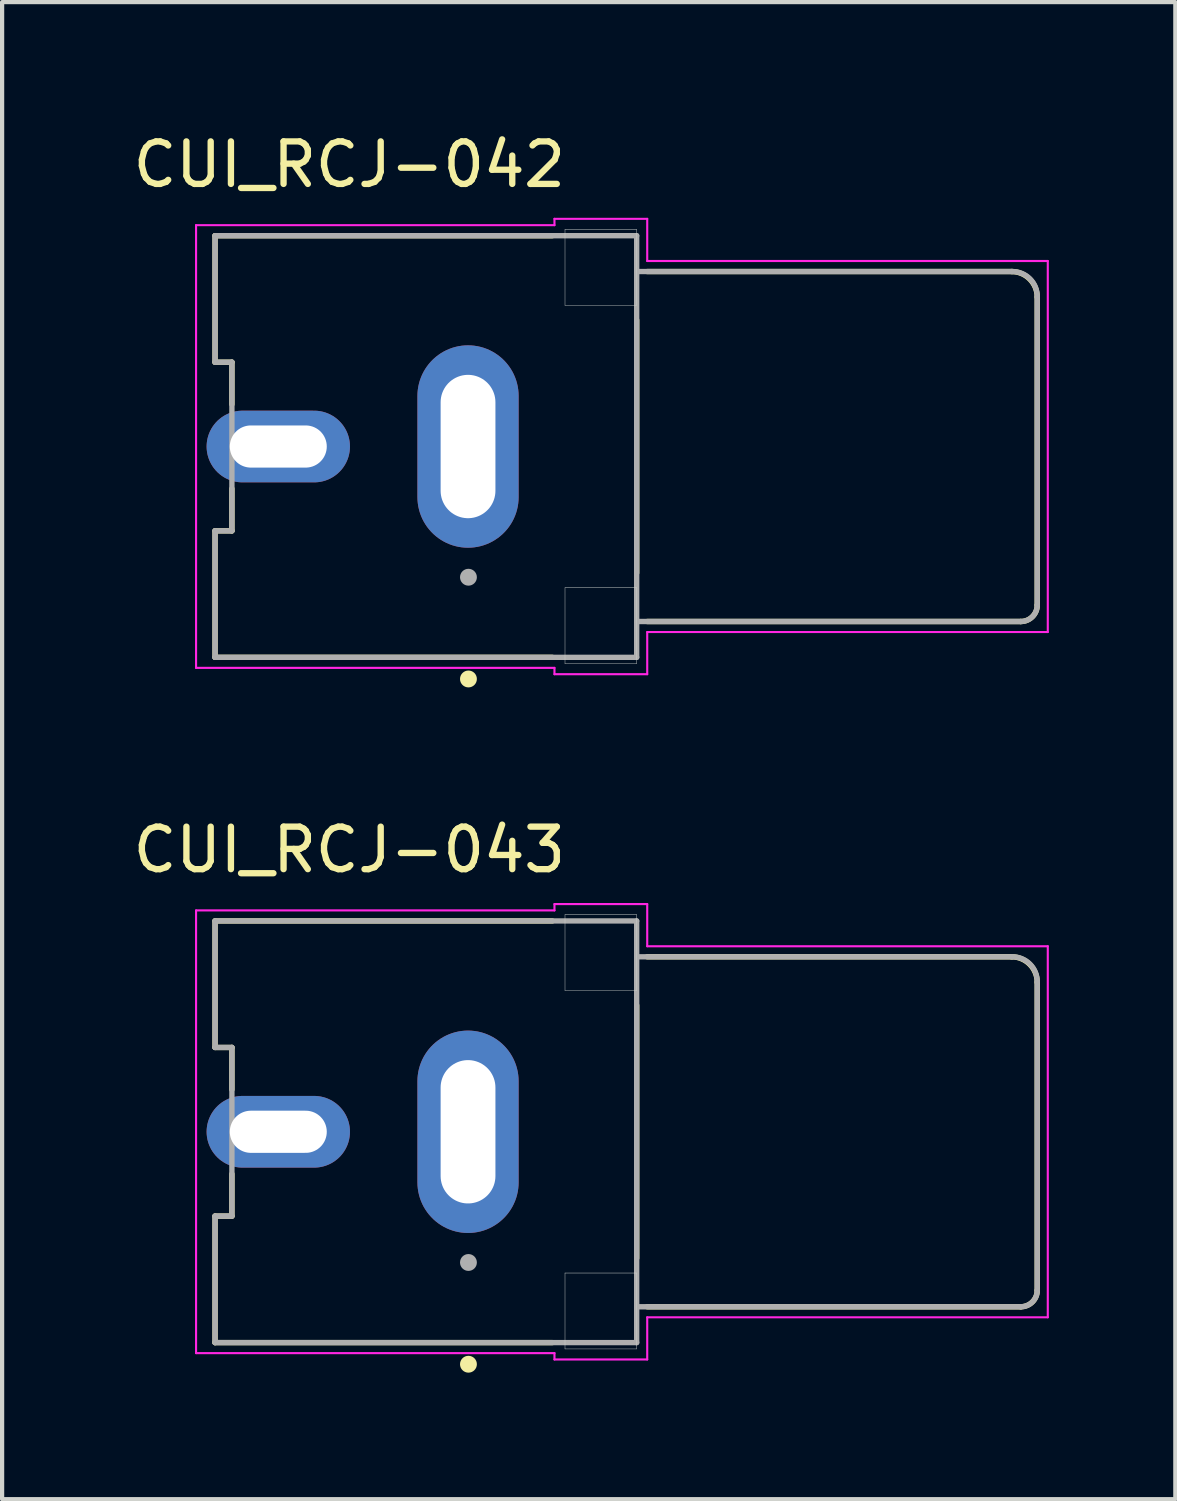
<source format=kicad_pcb>
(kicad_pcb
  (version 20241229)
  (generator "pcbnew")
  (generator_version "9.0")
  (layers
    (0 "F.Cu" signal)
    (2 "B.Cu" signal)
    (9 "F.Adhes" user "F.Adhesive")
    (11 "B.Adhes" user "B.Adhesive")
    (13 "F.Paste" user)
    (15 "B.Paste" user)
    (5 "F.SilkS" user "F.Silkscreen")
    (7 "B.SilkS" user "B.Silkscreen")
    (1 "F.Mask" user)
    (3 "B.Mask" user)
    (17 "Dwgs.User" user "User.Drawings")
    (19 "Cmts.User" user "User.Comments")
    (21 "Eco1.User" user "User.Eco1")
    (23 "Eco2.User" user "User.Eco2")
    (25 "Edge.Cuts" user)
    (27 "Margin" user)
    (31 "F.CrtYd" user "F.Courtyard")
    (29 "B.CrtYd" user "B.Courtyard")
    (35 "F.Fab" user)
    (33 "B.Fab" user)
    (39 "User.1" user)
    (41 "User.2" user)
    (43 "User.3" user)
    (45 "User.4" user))
  (footprint "CUI_RCJ-043"
    (layer "F.Cu")
    (at 12.05 23.792)
    (property "Reference" "CUI_RCJ-043" (at -6.815 -6.687 0) (layer "F.SilkS") (effects (font (size 1.008 1.008) (thickness 0.15))))
    (attr through_hole)
    (fp_line (start -10 -5) (end -2 -5) (stroke (width 0.127) (type solid)) (layer "F.SilkS"))
    (fp_line (start -10 -2) (end -10 -5) (stroke (width 0.127) (type solid)) (layer "F.SilkS"))
    (fp_line (start -10 2) (end -9.6 2) (stroke (width 0.127) (type solid)) (layer "F.SilkS"))
    (fp_line (start -10 5) (end -10 2) (stroke (width 0.127) (type solid)) (layer "F.SilkS"))
    (fp_line (start -10 5) (end -2 5) (stroke (width 0.127) (type solid)) (layer "F.SilkS"))
    (fp_line (start -9.6 -2) (end -10 -2) (stroke (width 0.127) (type solid)) (layer "F.SilkS"))
    (fp_line (start -9.6 -1) (end -9.6 -2) (stroke (width 0.127) (type solid)) (layer "F.SilkS"))
    (fp_line (start -9.6 2) (end -9.6 1) (stroke (width 0.127) (type solid)) (layer "F.SilkS"))
    (fp_line (start 0 3) (end 0 -3) (stroke (width 0.127) (type solid)) (layer "F.SilkS"))
    (fp_line (start 0.25 -4.15) (end 8.89 -4.15) (stroke (width 0.127) (type solid)) (layer "F.SilkS"))
    (fp_line (start 9.11 4.15) (end 0.25 4.15) (stroke (width 0.127) (type solid)) (layer "F.SilkS"))
    (fp_line (start 9.5 -3.54) (end 9.5 3.76) (stroke (width 0.127) (type solid)) (layer "F.SilkS"))
    (fp_arc (start 8.89 -4.15) (mid 9.321335 -3.971335) (end 9.5 -3.54) (stroke (width 0.127) (type solid)) (layer "F.SilkS"))
    (fp_arc (start 9.5 3.76) (mid 9.385772 4.035772) (end 9.11 4.15) (stroke (width 0.127) (type solid)) (layer "F.SilkS"))
    (fp_circle (center -3.99 5.513) (end -3.89 5.513) (stroke (width 0.2) (type solid)) (fill no) (layer "F.SilkS"))
    (fp_line (start -1.7 -5.15) (end -1.7 -3.35) (stroke (width 0.01) (type solid)) (layer "Edge.Cuts"))
    (fp_line (start -1.7 -3.35) (end 0 -3.35) (stroke (width 0.01) (type solid)) (layer "Edge.Cuts"))
    (fp_line (start -1.7 3.35) (end -1.7 5.15) (stroke (width 0.01) (type solid)) (layer "Edge.Cuts"))
    (fp_line (start -1.7 5.15) (end 0 5.15) (stroke (width 0.01) (type solid)) (layer "Edge.Cuts"))
    (fp_line (start 0 -5.15) (end -1.7 -5.15) (stroke (width 0.01) (type solid)) (layer "Edge.Cuts"))
    (fp_line (start 0 -3.35) (end 0 -5.15) (stroke (width 0.01) (type solid)) (layer "Edge.Cuts"))
    (fp_line (start 0 3.35) (end -1.7 3.35) (stroke (width 0.01) (type solid)) (layer "Edge.Cuts"))
    (fp_line (start 0 5.15) (end 0 3.35) (stroke (width 0.01) (type solid)) (layer "Edge.Cuts"))
    (fp_line (start -10.45 -5.25) (end -10.45 5.25) (stroke (width 0.05) (type solid)) (layer "F.CrtYd"))
    (fp_line (start -10.45 5.25) (end -1.95 5.25) (stroke (width 0.05) (type solid)) (layer "F.CrtYd"))
    (fp_line (start -1.95 -5.4) (end -1.95 -5.25) (stroke (width 0.05) (type solid)) (layer "F.CrtYd"))
    (fp_line (start -1.95 -5.25) (end -10.45 -5.25) (stroke (width 0.05) (type solid)) (layer "F.CrtYd"))
    (fp_line (start -1.95 5.25) (end -1.95 5.4) (stroke (width 0.05) (type solid)) (layer "F.CrtYd"))
    (fp_line (start -1.95 5.4) (end 0.25 5.4) (stroke (width 0.05) (type solid)) (layer "F.CrtYd"))
    (fp_line (start 0.25 -5.4) (end -1.95 -5.4) (stroke (width 0.05) (type solid)) (layer "F.CrtYd"))
    (fp_line (start 0.25 -4.4) (end 0.25 -5.4) (stroke (width 0.05) (type solid)) (layer "F.CrtYd"))
    (fp_line (start 0.25 4.4) (end 9.75 4.4) (stroke (width 0.05) (type solid)) (layer "F.CrtYd"))
    (fp_line (start 0.25 5.4) (end 0.25 4.4) (stroke (width 0.05) (type solid)) (layer "F.CrtYd"))
    (fp_line (start 9.75 -4.4) (end 0.25 -4.4) (stroke (width 0.05) (type solid)) (layer "F.CrtYd"))
    (fp_line (start 9.75 4.4) (end 9.75 -4.4) (stroke (width 0.05) (type solid)) (layer "F.CrtYd"))
    (fp_line (start -10 -5) (end 0 -5) (stroke (width 0.127) (type solid)) (layer "F.Fab"))
    (fp_line (start -10 -2) (end -10 -5) (stroke (width 0.127) (type solid)) (layer "F.Fab"))
    (fp_line (start -10 2) (end -9.6 2) (stroke (width 0.127) (type solid)) (layer "F.Fab"))
    (fp_line (start -10 5) (end -10 2) (stroke (width 0.127) (type solid)) (layer "F.Fab"))
    (fp_line (start -9.6 -2) (end -10 -2) (stroke (width 0.127) (type solid)) (layer "F.Fab"))
    (fp_line (start -9.6 2) (end -9.6 -2) (stroke (width 0.127) (type solid)) (layer "F.Fab"))
    (fp_line (start 0 -5) (end 0 -4.15) (stroke (width 0.127) (type solid)) (layer "F.Fab"))
    (fp_line (start 0 -4.15) (end 0 4.15) (stroke (width 0.127) (type solid)) (layer "F.Fab"))
    (fp_line (start 0 -4.15) (end 8.91 -4.15) (stroke (width 0.127) (type solid)) (layer "F.Fab"))
    (fp_line (start 0 4.15) (end 0 5) (stroke (width 0.127) (type solid)) (layer "F.Fab"))
    (fp_line (start 0 5) (end -10 5) (stroke (width 0.127) (type solid)) (layer "F.Fab"))
    (fp_line (start 9.11 4.15) (end 0 4.15) (stroke (width 0.127) (type solid)) (layer "F.Fab"))
    (fp_line (start 9.5 -3.56) (end 9.5 3.76) (stroke (width 0.127) (type solid)) (layer "F.Fab"))
    (fp_arc (start 8.91 -4.15) (mid 9.327193 -3.977193) (end 9.5 -3.56) (stroke (width 0.127) (type solid)) (layer "F.Fab"))
    (fp_arc (start 9.5 3.76) (mid 9.385772 4.035772) (end 9.11 4.15) (stroke (width 0.127) (type solid)) (layer "F.Fab"))
    (fp_circle (center -3.99 3.1) (end -3.89 3.1) (stroke (width 0.2) (type solid)) (fill no) (layer "F.Fab"))
    (pad "1" thru_hole oval (at -4 0) (size 2.4 4.8) (drill oval 1.3 3.4) (layers "*.Cu" "*.Mask"))
    (pad "2" thru_hole oval (at -8.5 0) (size 3.4 1.7) (drill oval 2.3 1) (layers "*.Cu" "*.Mask")))
  (footprint "CUI_RCJ-042"
    (layer "F.Cu")
    (at 12.05 7.54)
    (property "Reference" "CUI_RCJ-042" (at -6.815 -6.687 0) (layer "F.SilkS") (effects (font (size 1.008 1.008) (thickness 0.15))))
    (attr through_hole)
    (fp_line (start -10 -5) (end -2 -5) (stroke (width 0.127) (type solid)) (layer "F.SilkS"))
    (fp_line (start -10 -2) (end -10 -5) (stroke (width 0.127) (type solid)) (layer "F.SilkS"))
    (fp_line (start -10 2) (end -9.6 2) (stroke (width 0.127) (type solid)) (layer "F.SilkS"))
    (fp_line (start -10 5) (end -10 2) (stroke (width 0.127) (type solid)) (layer "F.SilkS"))
    (fp_line (start -10 5) (end -2 5) (stroke (width 0.127) (type solid)) (layer "F.SilkS"))
    (fp_line (start -9.6 -2) (end -10 -2) (stroke (width 0.127) (type solid)) (layer "F.SilkS"))
    (fp_line (start -9.6 -1) (end -9.6 -2) (stroke (width 0.127) (type solid)) (layer "F.SilkS"))
    (fp_line (start -9.6 2) (end -9.6 1) (stroke (width 0.127) (type solid)) (layer "F.SilkS"))
    (fp_line (start 0 3) (end 0 -3) (stroke (width 0.127) (type solid)) (layer "F.SilkS"))
    (fp_line (start 0.25 -4.15) (end 8.89 -4.15) (stroke (width 0.127) (type solid)) (layer "F.SilkS"))
    (fp_line (start 9.11 4.15) (end 0.25 4.15) (stroke (width 0.127) (type solid)) (layer "F.SilkS"))
    (fp_line (start 9.5 -3.54) (end 9.5 3.76) (stroke (width 0.127) (type solid)) (layer "F.SilkS"))
    (fp_arc (start 8.89 -4.15) (mid 9.321335 -3.971335) (end 9.5 -3.54) (stroke (width 0.127) (type solid)) (layer "F.SilkS"))
    (fp_arc (start 9.5 3.76) (mid 9.385772 4.035772) (end 9.11 4.15) (stroke (width 0.127) (type solid)) (layer "F.SilkS"))
    (fp_circle (center -3.99 5.513) (end -3.89 5.513) (stroke (width 0.2) (type solid)) (fill no) (layer "F.SilkS"))
    (fp_line (start -1.7 -5.15) (end -1.7 -3.35) (stroke (width 0.01) (type solid)) (layer "Edge.Cuts"))
    (fp_line (start -1.7 -3.35) (end 0 -3.35) (stroke (width 0.01) (type solid)) (layer "Edge.Cuts"))
    (fp_line (start -1.7 3.35) (end -1.7 5.15) (stroke (width 0.01) (type solid)) (layer "Edge.Cuts"))
    (fp_line (start -1.7 5.15) (end 0 5.15) (stroke (width 0.01) (type solid)) (layer "Edge.Cuts"))
    (fp_line (start 0 -5.15) (end -1.7 -5.15) (stroke (width 0.01) (type solid)) (layer "Edge.Cuts"))
    (fp_line (start 0 -3.35) (end 0 -5.15) (stroke (width 0.01) (type solid)) (layer "Edge.Cuts"))
    (fp_line (start 0 3.35) (end -1.7 3.35) (stroke (width 0.01) (type solid)) (layer "Edge.Cuts"))
    (fp_line (start 0 5.15) (end 0 3.35) (stroke (width 0.01) (type solid)) (layer "Edge.Cuts"))
    (fp_line (start -10.45 -5.25) (end -10.45 5.25) (stroke (width 0.05) (type solid)) (layer "F.CrtYd"))
    (fp_line (start -10.45 5.25) (end -1.95 5.25) (stroke (width 0.05) (type solid)) (layer "F.CrtYd"))
    (fp_line (start -1.95 -5.4) (end -1.95 -5.25) (stroke (width 0.05) (type solid)) (layer "F.CrtYd"))
    (fp_line (start -1.95 -5.25) (end -10.45 -5.25) (stroke (width 0.05) (type solid)) (layer "F.CrtYd"))
    (fp_line (start -1.95 5.25) (end -1.95 5.4) (stroke (width 0.05) (type solid)) (layer "F.CrtYd"))
    (fp_line (start -1.95 5.4) (end 0.25 5.4) (stroke (width 0.05) (type solid)) (layer "F.CrtYd"))
    (fp_line (start 0.25 -5.4) (end -1.95 -5.4) (stroke (width 0.05) (type solid)) (layer "F.CrtYd"))
    (fp_line (start 0.25 -4.4) (end 0.25 -5.4) (stroke (width 0.05) (type solid)) (layer "F.CrtYd"))
    (fp_line (start 0.25 4.4) (end 9.75 4.4) (stroke (width 0.05) (type solid)) (layer "F.CrtYd"))
    (fp_line (start 0.25 5.4) (end 0.25 4.4) (stroke (width 0.05) (type solid)) (layer "F.CrtYd"))
    (fp_line (start 9.75 -4.4) (end 0.25 -4.4) (stroke (width 0.05) (type solid)) (layer "F.CrtYd"))
    (fp_line (start 9.75 4.4) (end 9.75 -4.4) (stroke (width 0.05) (type solid)) (layer "F.CrtYd"))
    (fp_line (start -10 -5) (end 0 -5) (stroke (width 0.127) (type solid)) (layer "F.Fab"))
    (fp_line (start -10 -2) (end -10 -5) (stroke (width 0.127) (type solid)) (layer "F.Fab"))
    (fp_line (start -10 2) (end -9.6 2) (stroke (width 0.127) (type solid)) (layer "F.Fab"))
    (fp_line (start -10 5) (end -10 2) (stroke (width 0.127) (type solid)) (layer "F.Fab"))
    (fp_line (start -9.6 -2) (end -10 -2) (stroke (width 0.127) (type solid)) (layer "F.Fab"))
    (fp_line (start -9.6 2) (end -9.6 -2) (stroke (width 0.127) (type solid)) (layer "F.Fab"))
    (fp_line (start 0 -5) (end 0 -4.15) (stroke (width 0.127) (type solid)) (layer "F.Fab"))
    (fp_line (start 0 -4.15) (end 0 4.15) (stroke (width 0.127) (type solid)) (layer "F.Fab"))
    (fp_line (start 0 -4.15) (end 8.91 -4.15) (stroke (width 0.127) (type solid)) (layer "F.Fab"))
    (fp_line (start 0 4.15) (end 0 5) (stroke (width 0.127) (type solid)) (layer "F.Fab"))
    (fp_line (start 0 5) (end -10 5) (stroke (width 0.127) (type solid)) (layer "F.Fab"))
    (fp_line (start 9.11 4.15) (end 0 4.15) (stroke (width 0.127) (type solid)) (layer "F.Fab"))
    (fp_line (start 9.5 -3.56) (end 9.5 3.76) (stroke (width 0.127) (type solid)) (layer "F.Fab"))
    (fp_arc (start 8.91 -4.15) (mid 9.327193 -3.977193) (end 9.5 -3.56) (stroke (width 0.127) (type solid)) (layer "F.Fab"))
    (fp_arc (start 9.5 3.76) (mid 9.385772 4.035772) (end 9.11 4.15) (stroke (width 0.127) (type solid)) (layer "F.Fab"))
    (fp_circle (center -3.99 3.1) (end -3.89 3.1) (stroke (width 0.2) (type solid)) (fill no) (layer "F.Fab"))
    (pad "1" thru_hole oval (at -4 0) (size 2.4 4.8) (drill oval 1.3 3.4) (layers "*.Cu" "*.Mask"))
    (pad "2" thru_hole oval (at -8.5 0) (size 3.4 1.7) (drill oval 2.3 1) (layers "*.Cu" "*.Mask")))
  (gr_rect
    (start -3 -3)
    (end 24.825 32.505)
    (stroke (width 0.1) (type default))
    (fill no)
    (layer "Edge.Cuts")))
</source>
